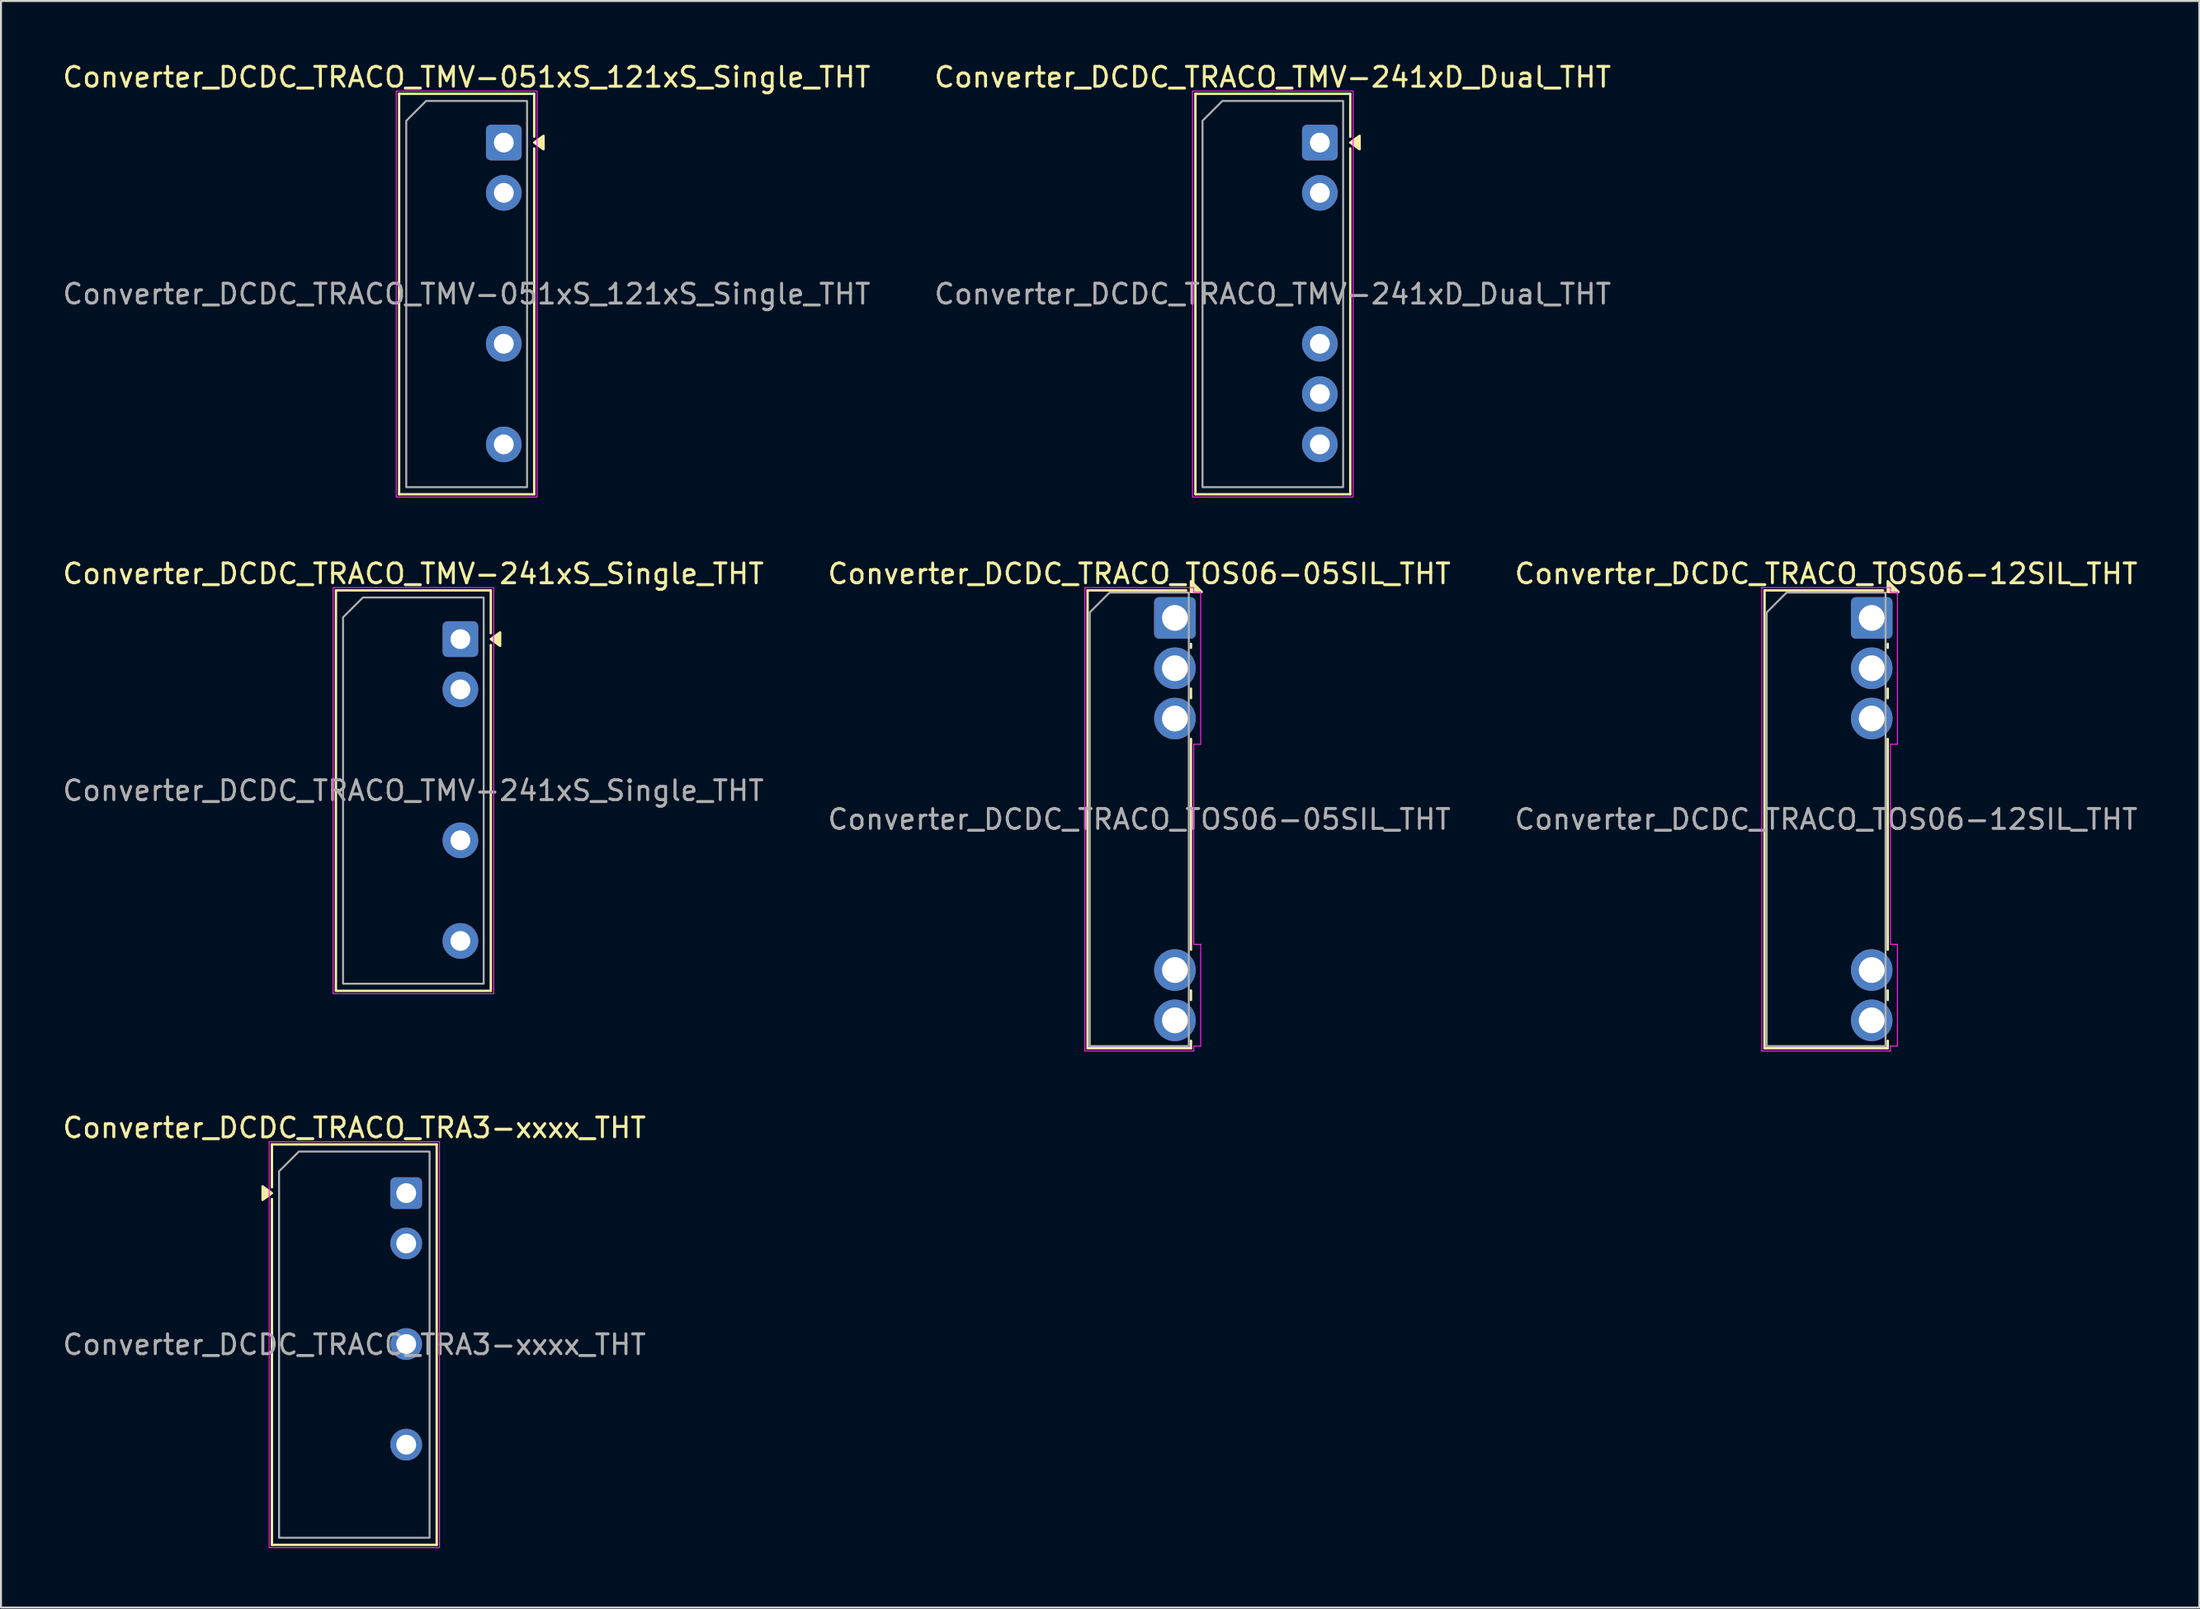
<source format=kicad_pcb>
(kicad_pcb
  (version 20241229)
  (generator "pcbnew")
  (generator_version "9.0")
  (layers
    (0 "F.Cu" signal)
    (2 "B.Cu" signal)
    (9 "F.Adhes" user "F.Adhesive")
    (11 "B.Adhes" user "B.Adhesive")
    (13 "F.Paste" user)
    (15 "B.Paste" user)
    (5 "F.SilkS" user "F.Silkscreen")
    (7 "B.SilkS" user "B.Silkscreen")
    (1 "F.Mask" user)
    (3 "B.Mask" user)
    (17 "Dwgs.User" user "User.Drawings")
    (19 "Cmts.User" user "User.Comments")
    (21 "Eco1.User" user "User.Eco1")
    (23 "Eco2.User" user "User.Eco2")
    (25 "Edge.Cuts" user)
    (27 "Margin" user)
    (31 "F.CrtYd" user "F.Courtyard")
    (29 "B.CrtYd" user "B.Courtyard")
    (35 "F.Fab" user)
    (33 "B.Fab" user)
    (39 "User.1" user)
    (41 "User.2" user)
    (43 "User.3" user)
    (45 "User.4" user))
  (footprint "Converter_DCDC_TRACO_TOS06-12SIL_THT"
    (layer "F.Cu")
    (at 91.449 28.151)
    (property "Reference" "Converter_DCDC_TRACO_TOS06-12SIL_THT" (at -2.3 -2.23 0) (layer "F.SilkS") (effects (font (size 1 1) (thickness 0.15))))
    (attr through_hole)
    (fp_line (start -5.41 -1.39) (end 0.57 -1.39) (stroke (width 0.12) (type solid)) (layer "F.SilkS"))
    (fp_line (start -5.41 21.73) (end -5.41 -1.39) (stroke (width 0.12) (type solid)) (layer "F.SilkS"))
    (fp_line (start 0.81 1.31) (end 0.81 1.51) (stroke (width 0.12) (type solid)) (layer "F.SilkS"))
    (fp_line (start 0.81 3.57) (end 0.81 4.05) (stroke (width 0.12) (type solid)) (layer "F.SilkS"))
    (fp_line (start 0.81 6.11) (end 0.81 16.75) (stroke (width 0.12) (type solid)) (layer "F.SilkS"))
    (fp_line (start 0.81 18.81) (end 0.81 19.29) (stroke (width 0.12) (type solid)) (layer "F.SilkS"))
    (fp_line (start 0.81 21.35) (end 0.81 21.73) (stroke (width 0.12) (type solid)) (layer "F.SilkS"))
    (fp_line (start 0.81 21.73) (end -5.41 21.73) (stroke (width 0.12) (type solid)) (layer "F.SilkS"))
    (fp_poly (pts (xy 0.81 -1.31) (xy 0.81 -1.854) (xy 1.354 -1.31)) (stroke (width 0.12) (type solid)) (fill yes) (layer "F.SilkS"))
    (fp_line (start -5.55 -1.53) (end 0.95 -1.53) (stroke (width 0.05) (type solid)) (layer "F.CrtYd"))
    (fp_line (start -5.55 21.87) (end -5.55 -1.53) (stroke (width 0.05) (type solid)) (layer "F.CrtYd"))
    (fp_line (start 0.95 -1.53) (end 0.95 -1.3) (stroke (width 0.05) (type solid)) (layer "F.CrtYd"))
    (fp_line (start 0.95 -1.3) (end 1.3 -1.3) (stroke (width 0.05) (type solid)) (layer "F.CrtYd"))
    (fp_line (start 0.95 6.38) (end 0.95 16.48) (stroke (width 0.05) (type solid)) (layer "F.CrtYd"))
    (fp_line (start 0.95 16.48) (end 1.3 16.48) (stroke (width 0.05) (type solid)) (layer "F.CrtYd"))
    (fp_line (start 0.95 21.62) (end 0.95 21.87) (stroke (width 0.05) (type solid)) (layer "F.CrtYd"))
    (fp_line (start 0.95 21.87) (end -5.55 21.87) (stroke (width 0.05) (type solid)) (layer "F.CrtYd"))
    (fp_line (start 1.3 -1.3) (end 1.3 6.38) (stroke (width 0.05) (type solid)) (layer "F.CrtYd"))
    (fp_line (start 1.3 6.38) (end 0.95 6.38) (stroke (width 0.05) (type solid)) (layer "F.CrtYd"))
    (fp_line (start 1.3 16.48) (end 1.3 21.62) (stroke (width 0.05) (type solid)) (layer "F.CrtYd"))
    (fp_line (start 1.3 21.62) (end 0.95 21.62) (stroke (width 0.05) (type solid)) (layer "F.CrtYd"))
    (fp_poly (pts (xy -5.3 -0.28) (xy -5.3 21.62) (xy 0.7 21.62) (xy 0.7 -1.28) (xy -4.3 -1.28)) (stroke (width 0.1) (type solid)) (fill no) (layer "F.Fab"))
    (fp_text user "${REFERENCE}" (at -2.3 10.17 0) (layer "F.Fab") (effects (font (size 1 1) (thickness 0.15))))
    (pad "1" thru_hole roundrect (at 0 0) (size 2.1 2.1) (drill 1.3) (layers "*.Cu" "*.Mask") (roundrect_rratio 0.119))
    (pad "2" thru_hole circle (at 0 2.54) (size 2.1 2.1) (drill 1.3) (layers "*.Cu" "*.Mask"))
    (pad "3" thru_hole circle (at 0 5.08) (size 2.1 2.1) (drill 1.3) (layers "*.Cu" "*.Mask"))
    (pad "4" thru_hole circle (at 0 17.78) (size 2.1 2.1) (drill 1.3) (layers "*.Cu" "*.Mask"))
    (pad "5" thru_hole circle (at 0 20.32) (size 2.1 2.1) (drill 1.3) (layers "*.Cu" "*.Mask")))
  (footprint "Converter_DCDC_TRACO_TOS06-05SIL_THT"
    (layer "F.Cu")
    (at 56.27 28.151)
    (property "Reference" "Converter_DCDC_TRACO_TOS06-05SIL_THT" (at -1.8 -2.23 0) (layer "F.SilkS") (effects (font (size 1 1) (thickness 0.15))))
    (attr through_hole)
    (fp_line (start -4.41 -1.39) (end 0.57 -1.39) (stroke (width 0.12) (type solid)) (layer "F.SilkS"))
    (fp_line (start -4.41 21.73) (end -4.41 -1.39) (stroke (width 0.12) (type solid)) (layer "F.SilkS"))
    (fp_line (start 0.81 1.31) (end 0.81 1.51) (stroke (width 0.12) (type solid)) (layer "F.SilkS"))
    (fp_line (start 0.81 3.57) (end 0.81 4.05) (stroke (width 0.12) (type solid)) (layer "F.SilkS"))
    (fp_line (start 0.81 6.11) (end 0.81 16.75) (stroke (width 0.12) (type solid)) (layer "F.SilkS"))
    (fp_line (start 0.81 18.81) (end 0.81 19.29) (stroke (width 0.12) (type solid)) (layer "F.SilkS"))
    (fp_line (start 0.81 21.35) (end 0.81 21.73) (stroke (width 0.12) (type solid)) (layer "F.SilkS"))
    (fp_line (start 0.81 21.73) (end -4.41 21.73) (stroke (width 0.12) (type solid)) (layer "F.SilkS"))
    (fp_poly (pts (xy 0.81 -1.31) (xy 0.81 -1.854) (xy 1.354 -1.31)) (stroke (width 0.12) (type solid)) (fill yes) (layer "F.SilkS"))
    (fp_line (start -4.55 -1.53) (end 0.95 -1.53) (stroke (width 0.05) (type solid)) (layer "F.CrtYd"))
    (fp_line (start -4.55 21.87) (end -4.55 -1.53) (stroke (width 0.05) (type solid)) (layer "F.CrtYd"))
    (fp_line (start 0.95 -1.53) (end 0.95 -1.3) (stroke (width 0.05) (type solid)) (layer "F.CrtYd"))
    (fp_line (start 0.95 -1.3) (end 1.3 -1.3) (stroke (width 0.05) (type solid)) (layer "F.CrtYd"))
    (fp_line (start 0.95 6.38) (end 0.95 16.48) (stroke (width 0.05) (type solid)) (layer "F.CrtYd"))
    (fp_line (start 0.95 16.48) (end 1.3 16.48) (stroke (width 0.05) (type solid)) (layer "F.CrtYd"))
    (fp_line (start 0.95 21.62) (end 0.95 21.87) (stroke (width 0.05) (type solid)) (layer "F.CrtYd"))
    (fp_line (start 0.95 21.87) (end -4.55 21.87) (stroke (width 0.05) (type solid)) (layer "F.CrtYd"))
    (fp_line (start 1.3 -1.3) (end 1.3 6.38) (stroke (width 0.05) (type solid)) (layer "F.CrtYd"))
    (fp_line (start 1.3 6.38) (end 0.95 6.38) (stroke (width 0.05) (type solid)) (layer "F.CrtYd"))
    (fp_line (start 1.3 16.48) (end 1.3 21.62) (stroke (width 0.05) (type solid)) (layer "F.CrtYd"))
    (fp_line (start 1.3 21.62) (end 0.95 21.62) (stroke (width 0.05) (type solid)) (layer "F.CrtYd"))
    (fp_poly (pts (xy -4.3 -0.28) (xy -4.3 21.62) (xy 0.7 21.62) (xy 0.7 -1.28) (xy -3.3 -1.28)) (stroke (width 0.1) (type solid)) (fill no) (layer "F.Fab"))
    (fp_text user "${REFERENCE}" (at -1.8 10.17 0) (layer "F.Fab") (effects (font (size 1 1) (thickness 0.15))))
    (pad "1" thru_hole roundrect (at 0 0) (size 2.1 2.1) (drill 1.3) (layers "*.Cu" "*.Mask") (roundrect_rratio 0.119))
    (pad "2" thru_hole circle (at 0 2.54) (size 2.1 2.1) (drill 1.3) (layers "*.Cu" "*.Mask"))
    (pad "3" thru_hole circle (at 0 5.08) (size 2.1 2.1) (drill 1.3) (layers "*.Cu" "*.Mask"))
    (pad "4" thru_hole circle (at 0 17.78) (size 2.1 2.1) (drill 1.3) (layers "*.Cu" "*.Mask"))
    (pad "5" thru_hole circle (at 0 20.32) (size 2.1 2.1) (drill 1.3) (layers "*.Cu" "*.Mask")))
  (footprint "Converter_DCDC_TRACO_TRA3-xxxx_THT"
    (layer "F.Cu")
    (at 17.459 57.195)
    (property "Reference" "Converter_DCDC_TRACO_TRA3-xxxx_THT" (at -2.62 -3.3 0) (layer "F.SilkS") (effects (font (size 1 1) (thickness 0.15))))
    (attr through_hole)
    (fp_line (start -6.78 -2.46) (end 1.54 -2.46) (stroke (width 0.12) (type solid)) (layer "F.SilkS"))
    (fp_line (start -6.78 -0.296) (end -6.78 -2.46) (stroke (width 0.12) (type solid)) (layer "F.SilkS"))
    (fp_line (start -6.78 17.76) (end -6.78 0.296) (stroke (width 0.12) (type solid)) (layer "F.SilkS"))
    (fp_line (start 1.54 -2.46) (end 1.54 17.76) (stroke (width 0.12) (type solid)) (layer "F.SilkS"))
    (fp_line (start 1.54 17.76) (end -6.78 17.76) (stroke (width 0.12) (type solid)) (layer "F.SilkS"))
    (fp_poly (pts (xy -6.78 0) (xy -7.25 0.34) (xy -7.25 -0.34)) (stroke (width 0.12) (type solid)) (fill yes) (layer "F.SilkS"))
    (fp_rect (start -6.92 -2.6) (end 1.68 17.9) (stroke (width 0.05) (type solid)) (fill no) (layer "F.CrtYd"))
    (fp_poly (pts (xy -6.42 -1.1) (xy -6.42 17.4) (xy 1.18 17.4) (xy 1.18 -2.1) (xy -5.42 -2.1)) (stroke (width 0.1) (type solid)) (fill no) (layer "F.Fab"))
    (fp_text user "${REFERENCE}" (at -2.62 7.65 0) (layer "F.Fab") (effects (font (size 1 1) (thickness 0.15))))
    (pad "1" thru_hole roundrect (at 0 0) (size 1.6 1.6) (drill 1) (layers "*.Cu" "*.Mask") (roundrect_rratio 0.156))
    (pad "2" thru_hole circle (at 0 2.54) (size 1.6 1.6) (drill 1) (layers "*.Cu" "*.Mask"))
    (pad "4" thru_hole circle (at 0 7.62) (size 1.6 1.6) (drill 1) (layers "*.Cu" "*.Mask"))
    (pad "6" thru_hole circle (at 0 12.7) (size 1.6 1.6) (drill 1) (layers "*.Cu" "*.Mask")))
  (footprint "Converter_DCDC_TRACO_TMV-241xS_Single_THT"
    (layer "F.Cu")
    (at 20.195 29.221)
    (property "Reference" "Converter_DCDC_TRACO_TMV-241xS_Single_THT" (at -2.38 -3.3 0) (layer "F.SilkS") (effects (font (size 1 1) (thickness 0.15))))
    (attr through_hole)
    (fp_line (start -6.285 -2.46) (end 1.535 -2.46) (stroke (width 0.12) (type solid)) (layer "F.SilkS"))
    (fp_line (start -6.285 17.76) (end -6.285 -2.46) (stroke (width 0.12) (type solid)) (layer "F.SilkS"))
    (fp_line (start 1.535 -2.46) (end 1.535 -0.296) (stroke (width 0.12) (type solid)) (layer "F.SilkS"))
    (fp_line (start 1.535 0.296) (end 1.535 17.76) (stroke (width 0.12) (type solid)) (layer "F.SilkS"))
    (fp_line (start 1.535 17.76) (end -6.285 17.76) (stroke (width 0.12) (type solid)) (layer "F.SilkS"))
    (fp_poly (pts (xy 1.535 0) (xy 2.005 -0.34) (xy 2.005 0.34)) (stroke (width 0.12) (type solid)) (fill yes) (layer "F.SilkS"))
    (fp_rect (start -6.43 -2.6) (end 1.68 17.9) (stroke (width 0.05) (type solid)) (fill no) (layer "F.CrtYd"))
    (fp_poly (pts (xy -4.925 -2.1) (xy 1.175 -2.1) (xy 1.175 17.4) (xy -5.925 17.4) (xy -5.925 -1.1)) (stroke (width 0.1) (type solid)) (fill no) (layer "F.Fab"))
    (fp_text user "${REFERENCE}" (at -2.38 7.65 0) (layer "F.Fab") (effects (font (size 1 1) (thickness 0.15))))
    (pad "1" thru_hole roundrect (at 0 0) (size 1.8 1.8) (drill 1) (layers "*.Cu" "*.Mask") (roundrect_rratio 0.139))
    (pad "2" thru_hole circle (at 0 2.54) (size 1.8 1.8) (drill 1) (layers "*.Cu" "*.Mask"))
    (pad "5" thru_hole circle (at 0 10.16) (size 1.8 1.8) (drill 1) (layers "*.Cu" "*.Mask"))
    (pad "7" thru_hole circle (at 0 15.24) (size 1.8 1.8) (drill 1) (layers "*.Cu" "*.Mask")))
  (footprint "Converter_DCDC_TRACO_TMV-241xD_Dual_THT"
    (layer "F.Cu")
    (at 63.588 4.148)
    (property "Reference" "Converter_DCDC_TRACO_TMV-241xD_Dual_THT" (at -2.38 -3.3 0) (layer "F.SilkS") (effects (font (size 1 1) (thickness 0.15))))
    (attr through_hole)
    (fp_line (start -6.285 -2.46) (end 1.535 -2.46) (stroke (width 0.12) (type solid)) (layer "F.SilkS"))
    (fp_line (start -6.285 17.76) (end -6.285 -2.46) (stroke (width 0.12) (type solid)) (layer "F.SilkS"))
    (fp_line (start 1.535 -2.46) (end 1.535 -0.296) (stroke (width 0.12) (type solid)) (layer "F.SilkS"))
    (fp_line (start 1.535 0.296) (end 1.535 17.76) (stroke (width 0.12) (type solid)) (layer "F.SilkS"))
    (fp_line (start 1.535 17.76) (end -6.285 17.76) (stroke (width 0.12) (type solid)) (layer "F.SilkS"))
    (fp_poly (pts (xy 1.535 0) (xy 2.005 -0.34) (xy 2.005 0.34)) (stroke (width 0.12) (type solid)) (fill yes) (layer "F.SilkS"))
    (fp_rect (start -6.43 -2.6) (end 1.68 17.9) (stroke (width 0.05) (type solid)) (fill no) (layer "F.CrtYd"))
    (fp_poly (pts (xy -4.925 -2.1) (xy 1.175 -2.1) (xy 1.175 17.4) (xy -5.925 17.4) (xy -5.925 -1.1)) (stroke (width 0.1) (type solid)) (fill no) (layer "F.Fab"))
    (fp_text user "${REFERENCE}" (at -2.38 7.65 0) (layer "F.Fab") (effects (font (size 1 1) (thickness 0.15))))
    (pad "1" thru_hole roundrect (at 0 0) (size 1.8 1.8) (drill 1) (layers "*.Cu" "*.Mask") (roundrect_rratio 0.139))
    (pad "2" thru_hole circle (at 0 2.54) (size 1.8 1.8) (drill 1) (layers "*.Cu" "*.Mask"))
    (pad "5" thru_hole circle (at 0 10.16) (size 1.8 1.8) (drill 1) (layers "*.Cu" "*.Mask"))
    (pad "6" thru_hole circle (at 0 12.7) (size 1.8 1.8) (drill 1) (layers "*.Cu" "*.Mask"))
    (pad "7" thru_hole circle (at 0 15.24) (size 1.8 1.8) (drill 1) (layers "*.Cu" "*.Mask")))
  (footprint "Converter_DCDC_TRACO_TMV-051xS_121xS_Single_THT"
    (layer "F.Cu")
    (at 22.386 4.148)
    (property "Reference" "Converter_DCDC_TRACO_TMV-051xS_121xS_Single_THT" (at -1.88 -3.3 0) (layer "F.SilkS") (effects (font (size 1 1) (thickness 0.15))))
    (attr through_hole)
    (fp_line (start -5.285 -2.46) (end 1.535 -2.46) (stroke (width 0.12) (type solid)) (layer "F.SilkS"))
    (fp_line (start -5.285 17.76) (end -5.285 -2.46) (stroke (width 0.12) (type solid)) (layer "F.SilkS"))
    (fp_line (start 1.535 -2.46) (end 1.535 -0.296) (stroke (width 0.12) (type solid)) (layer "F.SilkS"))
    (fp_line (start 1.535 0.296) (end 1.535 17.76) (stroke (width 0.12) (type solid)) (layer "F.SilkS"))
    (fp_line (start 1.535 17.76) (end -5.285 17.76) (stroke (width 0.12) (type solid)) (layer "F.SilkS"))
    (fp_poly (pts (xy 1.535 0) (xy 2.005 -0.34) (xy 2.005 0.34)) (stroke (width 0.12) (type solid)) (fill yes) (layer "F.SilkS"))
    (fp_rect (start -5.43 -2.6) (end 1.68 17.9) (stroke (width 0.05) (type solid)) (fill no) (layer "F.CrtYd"))
    (fp_poly (pts (xy -3.925 -2.1) (xy 1.175 -2.1) (xy 1.175 17.4) (xy -4.925 17.4) (xy -4.925 -1.1)) (stroke (width 0.1) (type solid)) (fill no) (layer "F.Fab"))
    (fp_text user "${REFERENCE}" (at -1.88 7.65 0) (layer "F.Fab") (effects (font (size 1 1) (thickness 0.15))))
    (pad "1" thru_hole roundrect (at 0 0) (size 1.8 1.8) (drill 1) (layers "*.Cu" "*.Mask") (roundrect_rratio 0.139))
    (pad "2" thru_hole circle (at 0 2.54) (size 1.8 1.8) (drill 1) (layers "*.Cu" "*.Mask"))
    (pad "5" thru_hole circle (at 0 10.16) (size 1.8 1.8) (drill 1) (layers "*.Cu" "*.Mask"))
    (pad "7" thru_hole circle (at 0 15.24) (size 1.8 1.8) (drill 1) (layers "*.Cu" "*.Mask")))
  (gr_rect
    (start -3 -3)
    (end 107.988 78.12)
    (stroke (width 0.1) (type default))
    (fill no)
    (layer "Edge.Cuts")))
</source>
